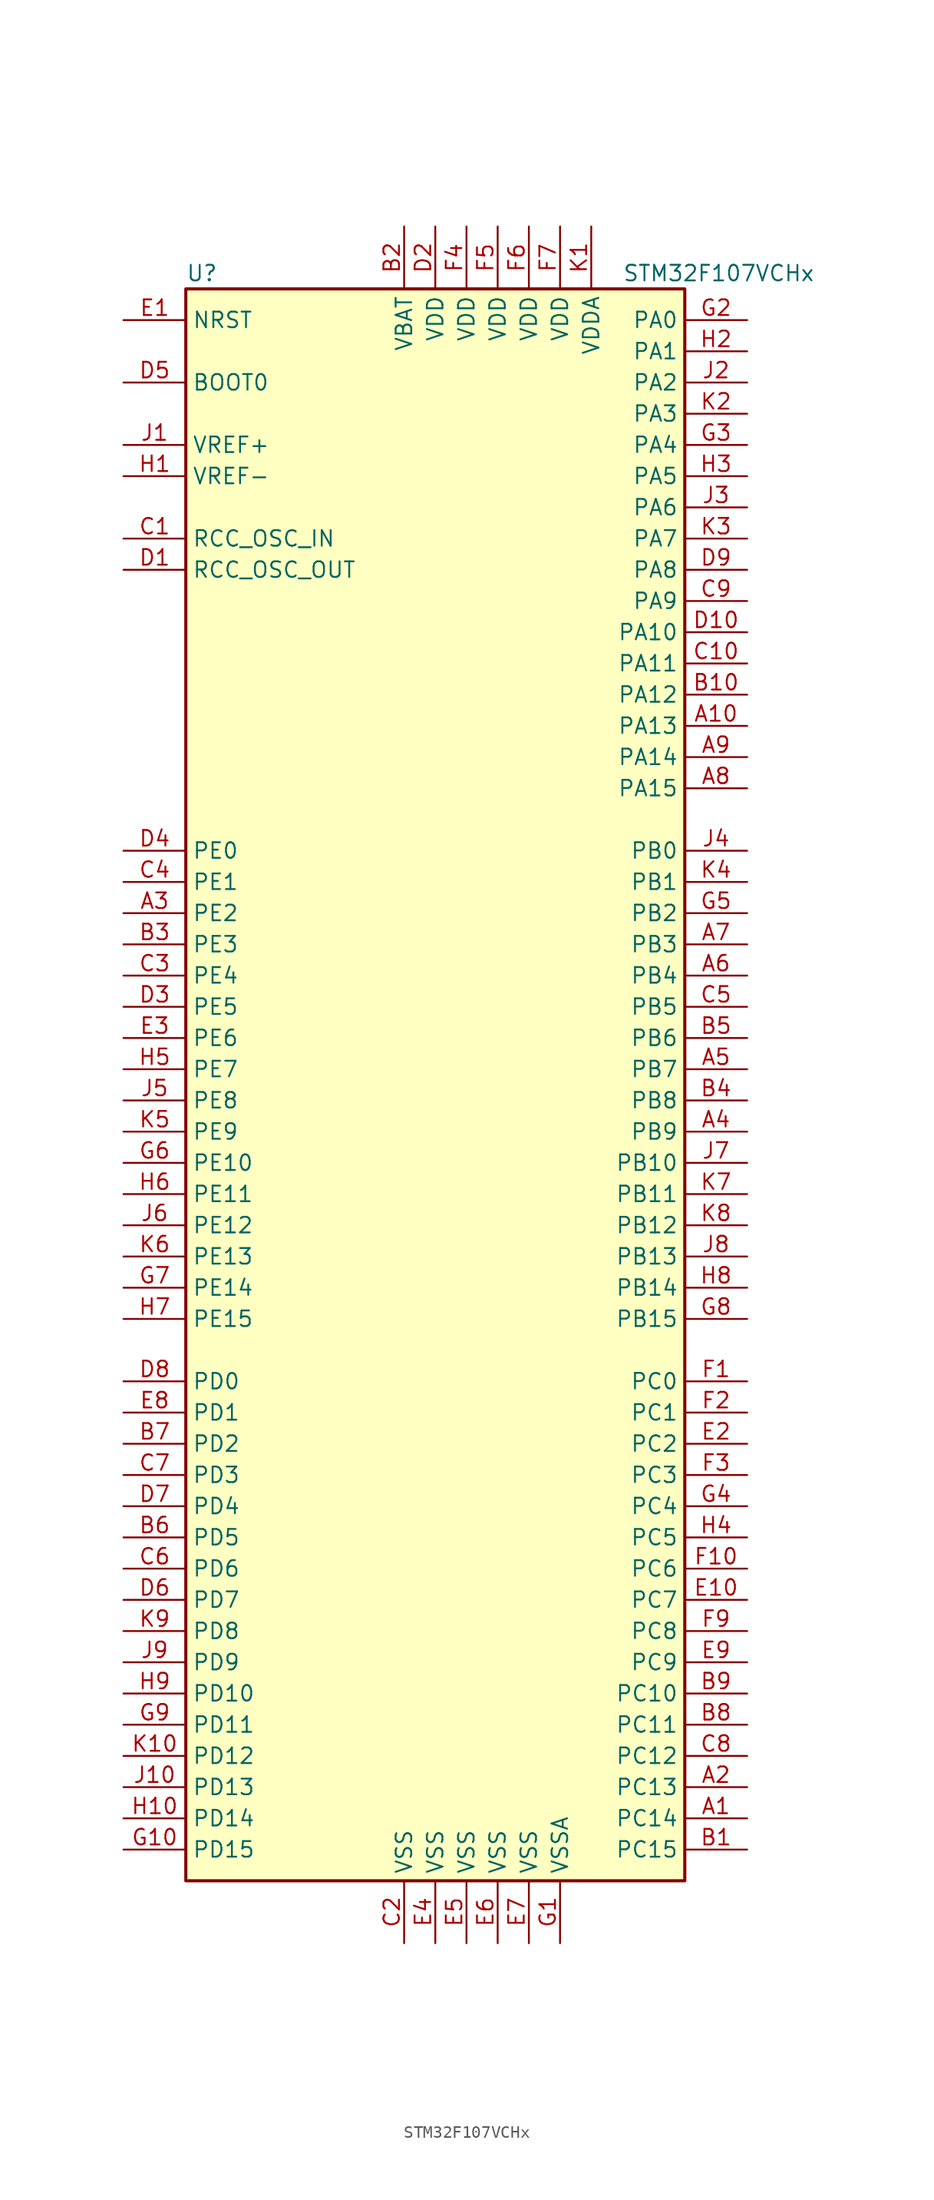
<source format=kicad_sym>
(kicad_symbol_lib
  (version 20200908)
  (generator kicad_symbol_editor)
  (symbol "MCU_ST_STM32F1:STM32F107VCHx"
    (property "Reference" "U"
      (at -20.32 64.77 0)
      (effects (font (size 1.27 1.27)) (justify left)))
    (property "Value" "STM32F107VCHx"
      (at 15.24 64.77 0)
      (effects (font (size 1.27 1.27)) (justify left)))
    (symbol "STM32F107VCHx_0_1"
      (rectangle (start -20.32 -66.04) (end 20.32 63.5) (stroke (width 0.254)) (fill (type background))))
    (symbol "STM32F107VCHx_1_1"
      (pin input line (at -25.4 55.88 0) (length 5.08) (name "BOOT0" (effects (font (size 1.27 1.27)))) (number "D5" (effects (font (size 1.27 1.27)))))
      (pin unconnected line (at -20.32 -63.5 0) (length 5.08) hide (name "NC" (effects (font (size 1.27 1.27)))) (number "F8" (effects (font (size 1.27 1.27)))))
      (pin input line (at -25.4 60.96 0) (length 5.08) (name "NRST" (effects (font (size 1.27 1.27)))) (number "E1" (effects (font (size 1.27 1.27)))))
      (pin bidirectional line (at 25.4 60.96 180) (length 5.08) (name "PA0" (effects (font (size 1.27 1.27)))) (number "G2" (effects (font (size 1.27 1.27)))))
      (pin bidirectional line (at 25.4 58.42 180) (length 5.08) (name "PA1" (effects (font (size 1.27 1.27)))) (number "H2" (effects (font (size 1.27 1.27)))))
      (pin bidirectional line (at 25.4 35.56 180) (length 5.08) (name "PA10" (effects (font (size 1.27 1.27)))) (number "D10" (effects (font (size 1.27 1.27)))))
      (pin bidirectional line (at 25.4 33.02 180) (length 5.08) (name "PA11" (effects (font (size 1.27 1.27)))) (number "C10" (effects (font (size 1.27 1.27)))))
      (pin bidirectional line (at 25.4 30.48 180) (length 5.08) (name "PA12" (effects (font (size 1.27 1.27)))) (number "B10" (effects (font (size 1.27 1.27)))))
      (pin bidirectional line (at 25.4 27.94 180) (length 5.08) (name "PA13" (effects (font (size 1.27 1.27)))) (number "A10" (effects (font (size 1.27 1.27)))))
      (pin bidirectional line (at 25.4 25.4 180) (length 5.08) (name "PA14" (effects (font (size 1.27 1.27)))) (number "A9" (effects (font (size 1.27 1.27)))))
      (pin bidirectional line (at 25.4 22.86 180) (length 5.08) (name "PA15" (effects (font (size 1.27 1.27)))) (number "A8" (effects (font (size 1.27 1.27)))))
      (pin bidirectional line (at 25.4 55.88 180) (length 5.08) (name "PA2" (effects (font (size 1.27 1.27)))) (number "J2" (effects (font (size 1.27 1.27)))))
      (pin bidirectional line (at 25.4 53.34 180) (length 5.08) (name "PA3" (effects (font (size 1.27 1.27)))) (number "K2" (effects (font (size 1.27 1.27)))))
      (pin bidirectional line (at 25.4 50.8 180) (length 5.08) (name "PA4" (effects (font (size 1.27 1.27)))) (number "G3" (effects (font (size 1.27 1.27)))))
      (pin bidirectional line (at 25.4 48.26 180) (length 5.08) (name "PA5" (effects (font (size 1.27 1.27)))) (number "H3" (effects (font (size 1.27 1.27)))))
      (pin bidirectional line (at 25.4 45.72 180) (length 5.08) (name "PA6" (effects (font (size 1.27 1.27)))) (number "J3" (effects (font (size 1.27 1.27)))))
      (pin bidirectional line (at 25.4 43.18 180) (length 5.08) (name "PA7" (effects (font (size 1.27 1.27)))) (number "K3" (effects (font (size 1.27 1.27)))))
      (pin bidirectional line (at 25.4 40.64 180) (length 5.08) (name "PA8" (effects (font (size 1.27 1.27)))) (number "D9" (effects (font (size 1.27 1.27)))))
      (pin bidirectional line (at 25.4 38.1 180) (length 5.08) (name "PA9" (effects (font (size 1.27 1.27)))) (number "C9" (effects (font (size 1.27 1.27)))))
      (pin bidirectional line (at 25.4 17.78 180) (length 5.08) (name "PB0" (effects (font (size 1.27 1.27)))) (number "J4" (effects (font (size 1.27 1.27)))))
      (pin bidirectional line (at 25.4 15.24 180) (length 5.08) (name "PB1" (effects (font (size 1.27 1.27)))) (number "K4" (effects (font (size 1.27 1.27)))))
      (pin bidirectional line (at 25.4 -7.62 180) (length 5.08) (name "PB10" (effects (font (size 1.27 1.27)))) (number "J7" (effects (font (size 1.27 1.27)))))
      (pin bidirectional line (at 25.4 -10.16 180) (length 5.08) (name "PB11" (effects (font (size 1.27 1.27)))) (number "K7" (effects (font (size 1.27 1.27)))))
      (pin bidirectional line (at 25.4 -12.7 180) (length 5.08) (name "PB12" (effects (font (size 1.27 1.27)))) (number "K8" (effects (font (size 1.27 1.27)))))
      (pin bidirectional line (at 25.4 -15.24 180) (length 5.08) (name "PB13" (effects (font (size 1.27 1.27)))) (number "J8" (effects (font (size 1.27 1.27)))))
      (pin bidirectional line (at 25.4 -17.78 180) (length 5.08) (name "PB14" (effects (font (size 1.27 1.27)))) (number "H8" (effects (font (size 1.27 1.27)))))
      (pin bidirectional line (at 25.4 -20.32 180) (length 5.08) (name "PB15" (effects (font (size 1.27 1.27)))) (number "G8" (effects (font (size 1.27 1.27)))))
      (pin bidirectional line (at 25.4 12.7 180) (length 5.08) (name "PB2" (effects (font (size 1.27 1.27)))) (number "G5" (effects (font (size 1.27 1.27)))))
      (pin bidirectional line (at 25.4 10.16 180) (length 5.08) (name "PB3" (effects (font (size 1.27 1.27)))) (number "A7" (effects (font (size 1.27 1.27)))))
      (pin bidirectional line (at 25.4 7.62 180) (length 5.08) (name "PB4" (effects (font (size 1.27 1.27)))) (number "A6" (effects (font (size 1.27 1.27)))))
      (pin bidirectional line (at 25.4 5.08 180) (length 5.08) (name "PB5" (effects (font (size 1.27 1.27)))) (number "C5" (effects (font (size 1.27 1.27)))))
      (pin bidirectional line (at 25.4 2.54 180) (length 5.08) (name "PB6" (effects (font (size 1.27 1.27)))) (number "B5" (effects (font (size 1.27 1.27)))))
      (pin bidirectional line (at 25.4 0 180) (length 5.08) (name "PB7" (effects (font (size 1.27 1.27)))) (number "A5" (effects (font (size 1.27 1.27)))))
      (pin bidirectional line (at 25.4 -2.54 180) (length 5.08) (name "PB8" (effects (font (size 1.27 1.27)))) (number "B4" (effects (font (size 1.27 1.27)))))
      (pin bidirectional line (at 25.4 -5.08 180) (length 5.08) (name "PB9" (effects (font (size 1.27 1.27)))) (number "A4" (effects (font (size 1.27 1.27)))))
      (pin bidirectional line (at 25.4 -25.4 180) (length 5.08) (name "PC0" (effects (font (size 1.27 1.27)))) (number "F1" (effects (font (size 1.27 1.27)))))
      (pin bidirectional line (at 25.4 -27.94 180) (length 5.08) (name "PC1" (effects (font (size 1.27 1.27)))) (number "F2" (effects (font (size 1.27 1.27)))))
      (pin bidirectional line (at 25.4 -50.8 180) (length 5.08) (name "PC10" (effects (font (size 1.27 1.27)))) (number "B9" (effects (font (size 1.27 1.27)))))
      (pin bidirectional line (at 25.4 -53.34 180) (length 5.08) (name "PC11" (effects (font (size 1.27 1.27)))) (number "B8" (effects (font (size 1.27 1.27)))))
      (pin bidirectional line (at 25.4 -55.88 180) (length 5.08) (name "PC12" (effects (font (size 1.27 1.27)))) (number "C8" (effects (font (size 1.27 1.27)))))
      (pin bidirectional line (at 25.4 -58.42 180) (length 5.08) (name "PC13" (effects (font (size 1.27 1.27)))) (number "A2" (effects (font (size 1.27 1.27)))))
      (pin bidirectional line (at 25.4 -60.96 180) (length 5.08) (name "PC14" (effects (font (size 1.27 1.27)))) (number "A1" (effects (font (size 1.27 1.27)))))
      (pin bidirectional line (at 25.4 -63.5 180) (length 5.08) (name "PC15" (effects (font (size 1.27 1.27)))) (number "B1" (effects (font (size 1.27 1.27)))))
      (pin bidirectional line (at 25.4 -30.48 180) (length 5.08) (name "PC2" (effects (font (size 1.27 1.27)))) (number "E2" (effects (font (size 1.27 1.27)))))
      (pin bidirectional line (at 25.4 -33.02 180) (length 5.08) (name "PC3" (effects (font (size 1.27 1.27)))) (number "F3" (effects (font (size 1.27 1.27)))))
      (pin bidirectional line (at 25.4 -35.56 180) (length 5.08) (name "PC4" (effects (font (size 1.27 1.27)))) (number "G4" (effects (font (size 1.27 1.27)))))
      (pin bidirectional line (at 25.4 -38.1 180) (length 5.08) (name "PC5" (effects (font (size 1.27 1.27)))) (number "H4" (effects (font (size 1.27 1.27)))))
      (pin bidirectional line (at 25.4 -40.64 180) (length 5.08) (name "PC6" (effects (font (size 1.27 1.27)))) (number "F10" (effects (font (size 1.27 1.27)))))
      (pin bidirectional line (at 25.4 -43.18 180) (length 5.08) (name "PC7" (effects (font (size 1.27 1.27)))) (number "E10" (effects (font (size 1.27 1.27)))))
      (pin bidirectional line (at 25.4 -45.72 180) (length 5.08) (name "PC8" (effects (font (size 1.27 1.27)))) (number "F9" (effects (font (size 1.27 1.27)))))
      (pin bidirectional line (at 25.4 -48.26 180) (length 5.08) (name "PC9" (effects (font (size 1.27 1.27)))) (number "E9" (effects (font (size 1.27 1.27)))))
      (pin bidirectional line (at -25.4 -25.4 0) (length 5.08) (name "PD0" (effects (font (size 1.27 1.27)))) (number "D8" (effects (font (size 1.27 1.27)))))
      (pin bidirectional line (at -25.4 -27.94 0) (length 5.08) (name "PD1" (effects (font (size 1.27 1.27)))) (number "E8" (effects (font (size 1.27 1.27)))))
      (pin bidirectional line (at -25.4 -50.8 0) (length 5.08) (name "PD10" (effects (font (size 1.27 1.27)))) (number "H9" (effects (font (size 1.27 1.27)))))
      (pin bidirectional line (at -25.4 -53.34 0) (length 5.08) (name "PD11" (effects (font (size 1.27 1.27)))) (number "G9" (effects (font (size 1.27 1.27)))))
      (pin bidirectional line (at -25.4 -55.88 0) (length 5.08) (name "PD12" (effects (font (size 1.27 1.27)))) (number "K10" (effects (font (size 1.27 1.27)))))
      (pin bidirectional line (at -25.4 -58.42 0) (length 5.08) (name "PD13" (effects (font (size 1.27 1.27)))) (number "J10" (effects (font (size 1.27 1.27)))))
      (pin bidirectional line (at -25.4 -60.96 0) (length 5.08) (name "PD14" (effects (font (size 1.27 1.27)))) (number "H10" (effects (font (size 1.27 1.27)))))
      (pin bidirectional line (at -25.4 -63.5 0) (length 5.08) (name "PD15" (effects (font (size 1.27 1.27)))) (number "G10" (effects (font (size 1.27 1.27)))))
      (pin bidirectional line (at -25.4 -30.48 0) (length 5.08) (name "PD2" (effects (font (size 1.27 1.27)))) (number "B7" (effects (font (size 1.27 1.27)))))
      (pin bidirectional line (at -25.4 -33.02 0) (length 5.08) (name "PD3" (effects (font (size 1.27 1.27)))) (number "C7" (effects (font (size 1.27 1.27)))))
      (pin bidirectional line (at -25.4 -35.56 0) (length 5.08) (name "PD4" (effects (font (size 1.27 1.27)))) (number "D7" (effects (font (size 1.27 1.27)))))
      (pin bidirectional line (at -25.4 -38.1 0) (length 5.08) (name "PD5" (effects (font (size 1.27 1.27)))) (number "B6" (effects (font (size 1.27 1.27)))))
      (pin bidirectional line (at -25.4 -40.64 0) (length 5.08) (name "PD6" (effects (font (size 1.27 1.27)))) (number "C6" (effects (font (size 1.27 1.27)))))
      (pin bidirectional line (at -25.4 -43.18 0) (length 5.08) (name "PD7" (effects (font (size 1.27 1.27)))) (number "D6" (effects (font (size 1.27 1.27)))))
      (pin bidirectional line (at -25.4 -45.72 0) (length 5.08) (name "PD8" (effects (font (size 1.27 1.27)))) (number "K9" (effects (font (size 1.27 1.27)))))
      (pin bidirectional line (at -25.4 -48.26 0) (length 5.08) (name "PD9" (effects (font (size 1.27 1.27)))) (number "J9" (effects (font (size 1.27 1.27)))))
      (pin bidirectional line (at -25.4 17.78 0) (length 5.08) (name "PE0" (effects (font (size 1.27 1.27)))) (number "D4" (effects (font (size 1.27 1.27)))))
      (pin bidirectional line (at -25.4 15.24 0) (length 5.08) (name "PE1" (effects (font (size 1.27 1.27)))) (number "C4" (effects (font (size 1.27 1.27)))))
      (pin bidirectional line (at -25.4 -7.62 0) (length 5.08) (name "PE10" (effects (font (size 1.27 1.27)))) (number "G6" (effects (font (size 1.27 1.27)))))
      (pin bidirectional line (at -25.4 -10.16 0) (length 5.08) (name "PE11" (effects (font (size 1.27 1.27)))) (number "H6" (effects (font (size 1.27 1.27)))))
      (pin bidirectional line (at -25.4 -12.7 0) (length 5.08) (name "PE12" (effects (font (size 1.27 1.27)))) (number "J6" (effects (font (size 1.27 1.27)))))
      (pin bidirectional line (at -25.4 -15.24 0) (length 5.08) (name "PE13" (effects (font (size 1.27 1.27)))) (number "K6" (effects (font (size 1.27 1.27)))))
      (pin bidirectional line (at -25.4 -17.78 0) (length 5.08) (name "PE14" (effects (font (size 1.27 1.27)))) (number "G7" (effects (font (size 1.27 1.27)))))
      (pin bidirectional line (at -25.4 -20.32 0) (length 5.08) (name "PE15" (effects (font (size 1.27 1.27)))) (number "H7" (effects (font (size 1.27 1.27)))))
      (pin bidirectional line (at -25.4 12.7 0) (length 5.08) (name "PE2" (effects (font (size 1.27 1.27)))) (number "A3" (effects (font (size 1.27 1.27)))))
      (pin bidirectional line (at -25.4 10.16 0) (length 5.08) (name "PE3" (effects (font (size 1.27 1.27)))) (number "B3" (effects (font (size 1.27 1.27)))))
      (pin bidirectional line (at -25.4 7.62 0) (length 5.08) (name "PE4" (effects (font (size 1.27 1.27)))) (number "C3" (effects (font (size 1.27 1.27)))))
      (pin bidirectional line (at -25.4 5.08 0) (length 5.08) (name "PE5" (effects (font (size 1.27 1.27)))) (number "D3" (effects (font (size 1.27 1.27)))))
      (pin bidirectional line (at -25.4 2.54 0) (length 5.08) (name "PE6" (effects (font (size 1.27 1.27)))) (number "E3" (effects (font (size 1.27 1.27)))))
      (pin bidirectional line (at -25.4 0 0) (length 5.08) (name "PE7" (effects (font (size 1.27 1.27)))) (number "H5" (effects (font (size 1.27 1.27)))))
      (pin bidirectional line (at -25.4 -2.54 0) (length 5.08) (name "PE8" (effects (font (size 1.27 1.27)))) (number "J5" (effects (font (size 1.27 1.27)))))
      (pin bidirectional line (at -25.4 -5.08 0) (length 5.08) (name "PE9" (effects (font (size 1.27 1.27)))) (number "K5" (effects (font (size 1.27 1.27)))))
      (pin input line (at -25.4 43.18 0) (length 5.08) (name "RCC_OSC_IN" (effects (font (size 1.27 1.27)))) (number "C1" (effects (font (size 1.27 1.27)))))
      (pin input line (at -25.4 40.64 0) (length 5.08) (name "RCC_OSC_OUT" (effects (font (size 1.27 1.27)))) (number "D1" (effects (font (size 1.27 1.27)))))
      (pin power_in line (at -2.54 68.58 270) (length 5.08) (name "VBAT" (effects (font (size 1.27 1.27)))) (number "B2" (effects (font (size 1.27 1.27)))))
      (pin power_in line (at 0 68.58 270) (length 5.08) (name "VDD" (effects (font (size 1.27 1.27)))) (number "D2" (effects (font (size 1.27 1.27)))))
      (pin power_in line (at 2.54 68.58 270) (length 5.08) (name "VDD" (effects (font (size 1.27 1.27)))) (number "F4" (effects (font (size 1.27 1.27)))))
      (pin power_in line (at 5.08 68.58 270) (length 5.08) (name "VDD" (effects (font (size 1.27 1.27)))) (number "F5" (effects (font (size 1.27 1.27)))))
      (pin power_in line (at 7.62 68.58 270) (length 5.08) (name "VDD" (effects (font (size 1.27 1.27)))) (number "F6" (effects (font (size 1.27 1.27)))))
      (pin power_in line (at 10.16 68.58 270) (length 5.08) (name "VDD" (effects (font (size 1.27 1.27)))) (number "F7" (effects (font (size 1.27 1.27)))))
      (pin power_in line (at 12.7 68.58 270) (length 5.08) (name "VDDA" (effects (font (size 1.27 1.27)))) (number "K1" (effects (font (size 1.27 1.27)))))
      (pin power_in line (at -25.4 50.8 0) (length 5.08) (name "VREF+" (effects (font (size 1.27 1.27)))) (number "J1" (effects (font (size 1.27 1.27)))))
      (pin power_in line (at -25.4 48.26 0) (length 5.08) (name "VREF-" (effects (font (size 1.27 1.27)))) (number "H1" (effects (font (size 1.27 1.27)))))
      (pin power_in line (at -2.54 -71.12 90) (length 5.08) (name "VSS" (effects (font (size 1.27 1.27)))) (number "C2" (effects (font (size 1.27 1.27)))))
      (pin power_in line (at 0 -71.12 90) (length 5.08) (name "VSS" (effects (font (size 1.27 1.27)))) (number "E4" (effects (font (size 1.27 1.27)))))
      (pin power_in line (at 2.54 -71.12 90) (length 5.08) (name "VSS" (effects (font (size 1.27 1.27)))) (number "E5" (effects (font (size 1.27 1.27)))))
      (pin power_in line (at 5.08 -71.12 90) (length 5.08) (name "VSS" (effects (font (size 1.27 1.27)))) (number "E6" (effects (font (size 1.27 1.27)))))
      (pin power_in line (at 7.62 -71.12 90) (length 5.08) (name "VSS" (effects (font (size 1.27 1.27)))) (number "E7" (effects (font (size 1.27 1.27)))))
      (pin power_in line (at 10.16 -71.12 90) (length 5.08) (name "VSSA" (effects (font (size 1.27 1.27)))) (number "G1" (effects (font (size 1.27 1.27))))))))
</source>
